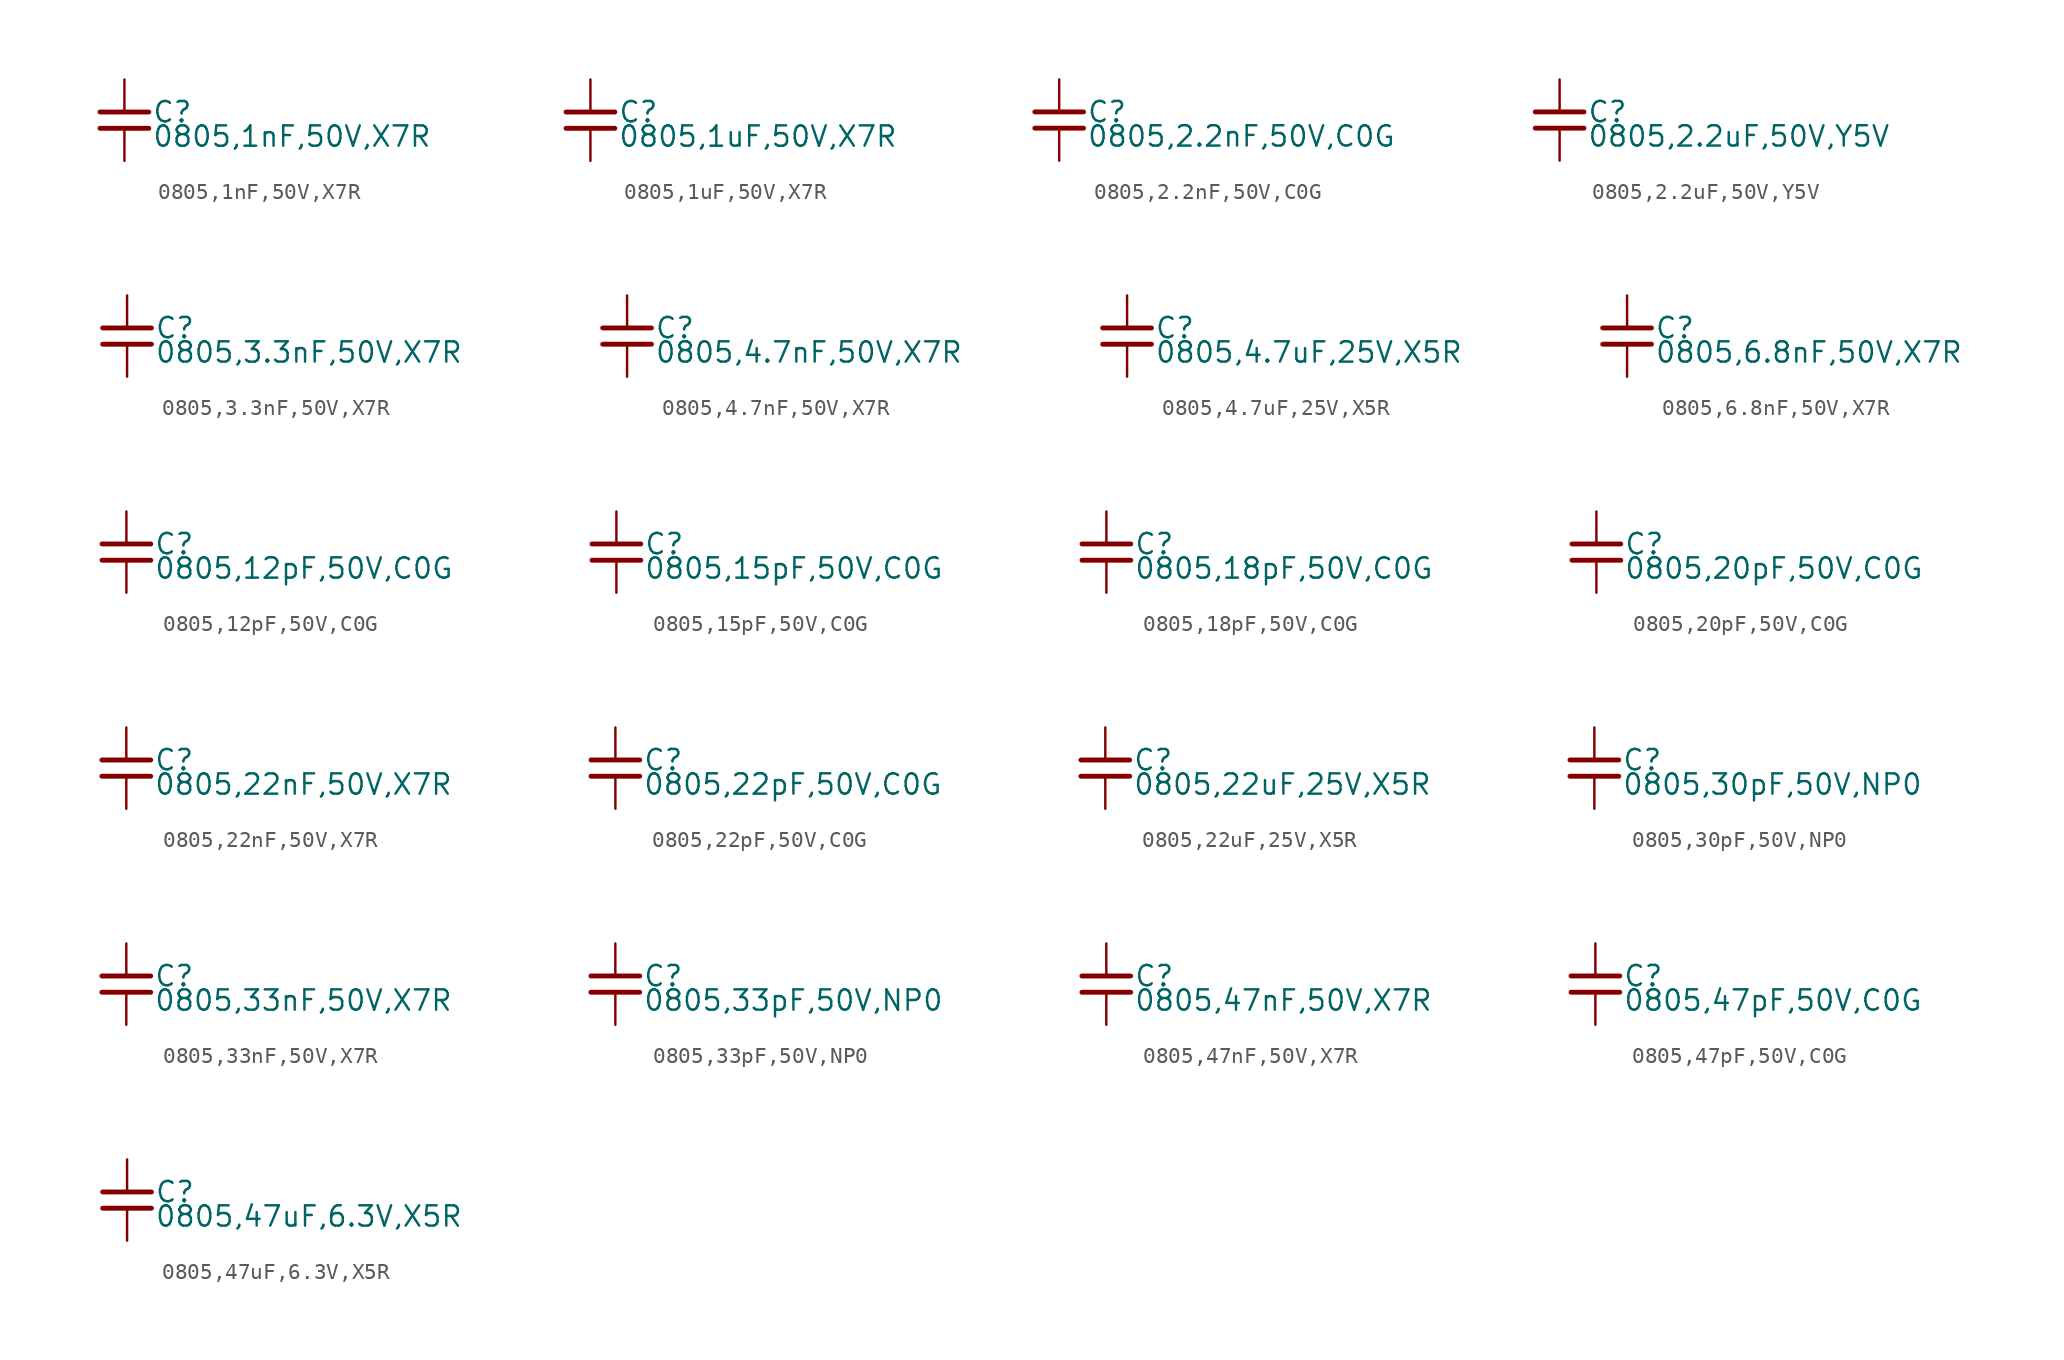
<source format=kicad_sym>
(kicad_symbol_lib
  (version 20231120)
  (generator "kicad_symbol_editor")
  (generator_version "8.0")
  (symbol "0805,1nF,50V,X7R "
    (property "Reference" "C"
      (at 1.71 0.508 0)
      (effects (font (size 1.27 1.27)) (justify left)))
    (property "Value" "0805,1nF,50V,X7R "
      (at 1.71 -1.016 0)
      (effects (font (size 1.27 1.27)) (justify left)))
    (property "ki_locked" ""
      (at 0 0 0)
      (effects (font (size 1.27 1.27))))
    (symbol "0805,1nF,50V,X7R _0_0"
      (polyline (pts (xy -1.524 -0.508) (xy 1.524 -0.508)) (stroke (width 0.305) (type default)) (fill (type none)))
      (polyline (pts (xy -1.524 0.508) (xy 1.524 0.508)) (stroke (width 0.305) (type default)) (fill (type none)))
      (pin passive line (at 0 2.54 270) (length 2.032) (name "~" (effects (font (size 0 0)))) (number "1" (effects (font (size 0 0)))))
      (pin passive line (at 0 -2.54 90) (length 2.032) (name "~" (effects (font (size 0 0)))) (number "2" (effects (font (size 0 0)))))))
  (symbol "0805,1uF,50V,X7R "
    (property "Reference" "C"
      (at 1.71 0.508 0)
      (effects (font (size 1.27 1.27)) (justify left)))
    (property "Value" "0805,1uF,50V,X7R "
      (at 1.71 -1.016 0)
      (effects (font (size 1.27 1.27)) (justify left)))
    (property "ki_locked" ""
      (at 0 0 0)
      (effects (font (size 1.27 1.27))))
    (symbol "0805,1uF,50V,X7R _0_0"
      (polyline (pts (xy -1.524 -0.508) (xy 1.524 -0.508)) (stroke (width 0.305) (type default)) (fill (type none)))
      (polyline (pts (xy -1.524 0.508) (xy 1.524 0.508)) (stroke (width 0.305) (type default)) (fill (type none)))
      (pin passive line (at 0 2.54 270) (length 2.032) (name "~" (effects (font (size 0 0)))) (number "1" (effects (font (size 0 0)))))
      (pin passive line (at 0 -2.54 90) (length 2.032) (name "~" (effects (font (size 0 0)))) (number "2" (effects (font (size 0 0)))))))
  (symbol "0805,2.2nF,50V,C0G "
    (property "Reference" "C"
      (at 1.71 0.508 0)
      (effects (font (size 1.27 1.27)) (justify left)))
    (property "Value" "0805,2.2nF,50V,C0G "
      (at 1.71 -1.016 0)
      (effects (font (size 1.27 1.27)) (justify left)))
    (property "ki_locked" ""
      (at 0 0 0)
      (effects (font (size 1.27 1.27))))
    (symbol "0805,2.2nF,50V,C0G _0_0"
      (polyline (pts (xy -1.524 -0.508) (xy 1.524 -0.508)) (stroke (width 0.305) (type default)) (fill (type none)))
      (polyline (pts (xy -1.524 0.508) (xy 1.524 0.508)) (stroke (width 0.305) (type default)) (fill (type none)))
      (pin passive line (at 0 2.54 270) (length 2.032) (name "~" (effects (font (size 0 0)))) (number "1" (effects (font (size 0 0)))))
      (pin passive line (at 0 -2.54 90) (length 2.032) (name "~" (effects (font (size 0 0)))) (number "2" (effects (font (size 0 0)))))))
  (symbol "0805,2.2uF,50V,Y5V "
    (property "Reference" "C"
      (at 1.71 0.508 0)
      (effects (font (size 1.27 1.27)) (justify left)))
    (property "Value" "0805,2.2uF,50V,Y5V "
      (at 1.71 -1.016 0)
      (effects (font (size 1.27 1.27)) (justify left)))
    (property "ki_locked" ""
      (at 0 0 0)
      (effects (font (size 1.27 1.27))))
    (symbol "0805,2.2uF,50V,Y5V _0_0"
      (polyline (pts (xy -1.524 -0.508) (xy 1.524 -0.508)) (stroke (width 0.305) (type default)) (fill (type none)))
      (polyline (pts (xy -1.524 0.508) (xy 1.524 0.508)) (stroke (width 0.305) (type default)) (fill (type none)))
      (pin passive line (at 0 2.54 270) (length 2.032) (name "~" (effects (font (size 0 0)))) (number "1" (effects (font (size 0 0)))))
      (pin passive line (at 0 -2.54 90) (length 2.032) (name "~" (effects (font (size 0 0)))) (number "2" (effects (font (size 0 0)))))))
  (symbol "0805,3.3nF,50V,X7R "
    (property "Reference" "C"
      (at 1.71 0.508 0)
      (effects (font (size 1.27 1.27)) (justify left)))
    (property "Value" "0805,3.3nF,50V,X7R "
      (at 1.71 -1.016 0)
      (effects (font (size 1.27 1.27)) (justify left)))
    (property "ki_locked" ""
      (at 0 0 0)
      (effects (font (size 1.27 1.27))))
    (symbol "0805,3.3nF,50V,X7R _0_0"
      (polyline (pts (xy -1.524 -0.508) (xy 1.524 -0.508)) (stroke (width 0.305) (type default)) (fill (type none)))
      (polyline (pts (xy -1.524 0.508) (xy 1.524 0.508)) (stroke (width 0.305) (type default)) (fill (type none)))
      (pin passive line (at 0 2.54 270) (length 2.032) (name "~" (effects (font (size 0 0)))) (number "1" (effects (font (size 0 0)))))
      (pin passive line (at 0 -2.54 90) (length 2.032) (name "~" (effects (font (size 0 0)))) (number "2" (effects (font (size 0 0)))))))
  (symbol "0805,4.7nF,50V,X7R "
    (property "Reference" "C"
      (at 1.71 0.508 0)
      (effects (font (size 1.27 1.27)) (justify left)))
    (property "Value" "0805,4.7nF,50V,X7R "
      (at 1.71 -1.016 0)
      (effects (font (size 1.27 1.27)) (justify left)))
    (property "ki_locked" ""
      (at 0 0 0)
      (effects (font (size 1.27 1.27))))
    (symbol "0805,4.7nF,50V,X7R _0_0"
      (polyline (pts (xy -1.524 -0.508) (xy 1.524 -0.508)) (stroke (width 0.305) (type default)) (fill (type none)))
      (polyline (pts (xy -1.524 0.508) (xy 1.524 0.508)) (stroke (width 0.305) (type default)) (fill (type none)))
      (pin passive line (at 0 2.54 270) (length 2.032) (name "~" (effects (font (size 0 0)))) (number "1" (effects (font (size 0 0)))))
      (pin passive line (at 0 -2.54 90) (length 2.032) (name "~" (effects (font (size 0 0)))) (number "2" (effects (font (size 0 0)))))))
  (symbol "0805,4.7uF,25V,X5R "
    (property "Reference" "C"
      (at 1.71 0.508 0)
      (effects (font (size 1.27 1.27)) (justify left)))
    (property "Value" "0805,4.7uF,25V,X5R "
      (at 1.71 -1.016 0)
      (effects (font (size 1.27 1.27)) (justify left)))
    (property "ki_locked" ""
      (at 0 0 0)
      (effects (font (size 1.27 1.27))))
    (symbol "0805,4.7uF,25V,X5R _0_0"
      (polyline (pts (xy -1.524 -0.508) (xy 1.524 -0.508)) (stroke (width 0.305) (type default)) (fill (type none)))
      (polyline (pts (xy -1.524 0.508) (xy 1.524 0.508)) (stroke (width 0.305) (type default)) (fill (type none)))
      (pin passive line (at 0 2.54 270) (length 2.032) (name "~" (effects (font (size 0 0)))) (number "1" (effects (font (size 0 0)))))
      (pin passive line (at 0 -2.54 90) (length 2.032) (name "~" (effects (font (size 0 0)))) (number "2" (effects (font (size 0 0)))))))
  (symbol "0805,6.8nF,50V,X7R "
    (property "Reference" "C"
      (at 1.71 0.508 0)
      (effects (font (size 1.27 1.27)) (justify left)))
    (property "Value" "0805,6.8nF,50V,X7R "
      (at 1.71 -1.016 0)
      (effects (font (size 1.27 1.27)) (justify left)))
    (property "ki_locked" ""
      (at 0 0 0)
      (effects (font (size 1.27 1.27))))
    (symbol "0805,6.8nF,50V,X7R _0_0"
      (polyline (pts (xy -1.524 -0.508) (xy 1.524 -0.508)) (stroke (width 0.305) (type default)) (fill (type none)))
      (polyline (pts (xy -1.524 0.508) (xy 1.524 0.508)) (stroke (width 0.305) (type default)) (fill (type none)))
      (pin passive line (at 0 2.54 270) (length 2.032) (name "~" (effects (font (size 0 0)))) (number "1" (effects (font (size 0 0)))))
      (pin passive line (at 0 -2.54 90) (length 2.032) (name "~" (effects (font (size 0 0)))) (number "2" (effects (font (size 0 0)))))))
  (symbol "0805,12pF,50V,C0G "
    (property "Reference" "C"
      (at 1.71 0.508 0)
      (effects (font (size 1.27 1.27)) (justify left)))
    (property "Value" "0805,12pF,50V,C0G "
      (at 1.71 -1.016 0)
      (effects (font (size 1.27 1.27)) (justify left)))
    (property "ki_locked" ""
      (at 0 0 0)
      (effects (font (size 1.27 1.27))))
    (symbol "0805,12pF,50V,C0G _0_0"
      (polyline (pts (xy -1.524 -0.508) (xy 1.524 -0.508)) (stroke (width 0.305) (type default)) (fill (type none)))
      (polyline (pts (xy -1.524 0.508) (xy 1.524 0.508)) (stroke (width 0.305) (type default)) (fill (type none)))
      (pin passive line (at 0 2.54 270) (length 2.032) (name "~" (effects (font (size 0 0)))) (number "1" (effects (font (size 0 0)))))
      (pin passive line (at 0 -2.54 90) (length 2.032) (name "~" (effects (font (size 0 0)))) (number "2" (effects (font (size 0 0)))))))
  (symbol "0805,15pF,50V,C0G "
    (property "Reference" "C"
      (at 1.71 0.508 0)
      (effects (font (size 1.27 1.27)) (justify left)))
    (property "Value" "0805,15pF,50V,C0G "
      (at 1.71 -1.016 0)
      (effects (font (size 1.27 1.27)) (justify left)))
    (property "ki_locked" ""
      (at 0 0 0)
      (effects (font (size 1.27 1.27))))
    (symbol "0805,15pF,50V,C0G _0_0"
      (polyline (pts (xy -1.524 -0.508) (xy 1.524 -0.508)) (stroke (width 0.305) (type default)) (fill (type none)))
      (polyline (pts (xy -1.524 0.508) (xy 1.524 0.508)) (stroke (width 0.305) (type default)) (fill (type none)))
      (pin passive line (at 0 2.54 270) (length 2.032) (name "~" (effects (font (size 0 0)))) (number "1" (effects (font (size 0 0)))))
      (pin passive line (at 0 -2.54 90) (length 2.032) (name "~" (effects (font (size 0 0)))) (number "2" (effects (font (size 0 0)))))))
  (symbol "0805,18pF,50V,C0G "
    (property "Reference" "C"
      (at 1.71 0.508 0)
      (effects (font (size 1.27 1.27)) (justify left)))
    (property "Value" "0805,18pF,50V,C0G "
      (at 1.71 -1.016 0)
      (effects (font (size 1.27 1.27)) (justify left)))
    (property "ki_locked" ""
      (at 0 0 0)
      (effects (font (size 1.27 1.27))))
    (symbol "0805,18pF,50V,C0G _0_0"
      (polyline (pts (xy -1.524 -0.508) (xy 1.524 -0.508)) (stroke (width 0.305) (type default)) (fill (type none)))
      (polyline (pts (xy -1.524 0.508) (xy 1.524 0.508)) (stroke (width 0.305) (type default)) (fill (type none)))
      (pin passive line (at 0 2.54 270) (length 2.032) (name "~" (effects (font (size 0 0)))) (number "1" (effects (font (size 0 0)))))
      (pin passive line (at 0 -2.54 90) (length 2.032) (name "~" (effects (font (size 0 0)))) (number "2" (effects (font (size 0 0)))))))
  (symbol "0805,20pF,50V,C0G "
    (property "Reference" "C"
      (at 1.71 0.508 0)
      (effects (font (size 1.27 1.27)) (justify left)))
    (property "Value" "0805,20pF,50V,C0G "
      (at 1.71 -1.016 0)
      (effects (font (size 1.27 1.27)) (justify left)))
    (property "ki_locked" ""
      (at 0 0 0)
      (effects (font (size 1.27 1.27))))
    (symbol "0805,20pF,50V,C0G _0_0"
      (polyline (pts (xy -1.524 -0.508) (xy 1.524 -0.508)) (stroke (width 0.305) (type default)) (fill (type none)))
      (polyline (pts (xy -1.524 0.508) (xy 1.524 0.508)) (stroke (width 0.305) (type default)) (fill (type none)))
      (pin passive line (at 0 2.54 270) (length 2.032) (name "~" (effects (font (size 0 0)))) (number "1" (effects (font (size 0 0)))))
      (pin passive line (at 0 -2.54 90) (length 2.032) (name "~" (effects (font (size 0 0)))) (number "2" (effects (font (size 0 0)))))))
  (symbol "0805,22nF,50V,X7R "
    (property "Reference" "C"
      (at 1.71 0.508 0)
      (effects (font (size 1.27 1.27)) (justify left)))
    (property "Value" "0805,22nF,50V,X7R "
      (at 1.71 -1.016 0)
      (effects (font (size 1.27 1.27)) (justify left)))
    (property "ki_locked" ""
      (at 0 0 0)
      (effects (font (size 1.27 1.27))))
    (symbol "0805,22nF,50V,X7R _0_0"
      (polyline (pts (xy -1.524 -0.508) (xy 1.524 -0.508)) (stroke (width 0.305) (type default)) (fill (type none)))
      (polyline (pts (xy -1.524 0.508) (xy 1.524 0.508)) (stroke (width 0.305) (type default)) (fill (type none)))
      (pin passive line (at 0 2.54 270) (length 2.032) (name "~" (effects (font (size 0 0)))) (number "1" (effects (font (size 0 0)))))
      (pin passive line (at 0 -2.54 90) (length 2.032) (name "~" (effects (font (size 0 0)))) (number "2" (effects (font (size 0 0)))))))
  (symbol "0805,22pF,50V,C0G "
    (property "Reference" "C"
      (at 1.71 0.508 0)
      (effects (font (size 1.27 1.27)) (justify left)))
    (property "Value" "0805,22pF,50V,C0G "
      (at 1.71 -1.016 0)
      (effects (font (size 1.27 1.27)) (justify left)))
    (property "ki_locked" ""
      (at 0 0 0)
      (effects (font (size 1.27 1.27))))
    (symbol "0805,22pF,50V,C0G _0_0"
      (polyline (pts (xy -1.524 -0.508) (xy 1.524 -0.508)) (stroke (width 0.305) (type default)) (fill (type none)))
      (polyline (pts (xy -1.524 0.508) (xy 1.524 0.508)) (stroke (width 0.305) (type default)) (fill (type none)))
      (pin passive line (at 0 2.54 270) (length 2.032) (name "~" (effects (font (size 0 0)))) (number "1" (effects (font (size 0 0)))))
      (pin passive line (at 0 -2.54 90) (length 2.032) (name "~" (effects (font (size 0 0)))) (number "2" (effects (font (size 0 0)))))))
  (symbol "0805,22uF,25V,X5R "
    (property "Reference" "C"
      (at 1.71 0.508 0)
      (effects (font (size 1.27 1.27)) (justify left)))
    (property "Value" "0805,22uF,25V,X5R "
      (at 1.71 -1.016 0)
      (effects (font (size 1.27 1.27)) (justify left)))
    (property "ki_locked" ""
      (at 0 0 0)
      (effects (font (size 1.27 1.27))))
    (symbol "0805,22uF,25V,X5R _0_0"
      (polyline (pts (xy -1.524 -0.508) (xy 1.524 -0.508)) (stroke (width 0.305) (type default)) (fill (type none)))
      (polyline (pts (xy -1.524 0.508) (xy 1.524 0.508)) (stroke (width 0.305) (type default)) (fill (type none)))
      (pin passive line (at 0 2.54 270) (length 2.032) (name "~" (effects (font (size 0 0)))) (number "1" (effects (font (size 0 0)))))
      (pin passive line (at 0 -2.54 90) (length 2.032) (name "~" (effects (font (size 0 0)))) (number "2" (effects (font (size 0 0)))))))
  (symbol "0805,30pF,50V,NP0 "
    (property "Reference" "C"
      (at 1.71 0.508 0)
      (effects (font (size 1.27 1.27)) (justify left)))
    (property "Value" "0805,30pF,50V,NP0 "
      (at 1.71 -1.016 0)
      (effects (font (size 1.27 1.27)) (justify left)))
    (property "ki_locked" ""
      (at 0 0 0)
      (effects (font (size 1.27 1.27))))
    (symbol "0805,30pF,50V,NP0 _0_0"
      (polyline (pts (xy -1.524 -0.508) (xy 1.524 -0.508)) (stroke (width 0.305) (type default)) (fill (type none)))
      (polyline (pts (xy -1.524 0.508) (xy 1.524 0.508)) (stroke (width 0.305) (type default)) (fill (type none)))
      (pin passive line (at 0 2.54 270) (length 2.032) (name "~" (effects (font (size 0 0)))) (number "1" (effects (font (size 0 0)))))
      (pin passive line (at 0 -2.54 90) (length 2.032) (name "~" (effects (font (size 0 0)))) (number "2" (effects (font (size 0 0)))))))
  (symbol "0805,33nF,50V,X7R "
    (property "Reference" "C"
      (at 1.71 0.508 0)
      (effects (font (size 1.27 1.27)) (justify left)))
    (property "Value" "0805,33nF,50V,X7R "
      (at 1.71 -1.016 0)
      (effects (font (size 1.27 1.27)) (justify left)))
    (property "ki_locked" ""
      (at 0 0 0)
      (effects (font (size 1.27 1.27))))
    (symbol "0805,33nF,50V,X7R _0_0"
      (polyline (pts (xy -1.524 -0.508) (xy 1.524 -0.508)) (stroke (width 0.305) (type default)) (fill (type none)))
      (polyline (pts (xy -1.524 0.508) (xy 1.524 0.508)) (stroke (width 0.305) (type default)) (fill (type none)))
      (pin passive line (at 0 2.54 270) (length 2.032) (name "~" (effects (font (size 0 0)))) (number "1" (effects (font (size 0 0)))))
      (pin passive line (at 0 -2.54 90) (length 2.032) (name "~" (effects (font (size 0 0)))) (number "2" (effects (font (size 0 0)))))))
  (symbol "0805,33pF,50V,NP0 "
    (property "Reference" "C"
      (at 1.71 0.508 0)
      (effects (font (size 1.27 1.27)) (justify left)))
    (property "Value" "0805,33pF,50V,NP0 "
      (at 1.71 -1.016 0)
      (effects (font (size 1.27 1.27)) (justify left)))
    (property "ki_locked" ""
      (at 0 0 0)
      (effects (font (size 1.27 1.27))))
    (symbol "0805,33pF,50V,NP0 _0_0"
      (polyline (pts (xy -1.524 -0.508) (xy 1.524 -0.508)) (stroke (width 0.305) (type default)) (fill (type none)))
      (polyline (pts (xy -1.524 0.508) (xy 1.524 0.508)) (stroke (width 0.305) (type default)) (fill (type none)))
      (pin passive line (at 0 2.54 270) (length 2.032) (name "~" (effects (font (size 0 0)))) (number "1" (effects (font (size 0 0)))))
      (pin passive line (at 0 -2.54 90) (length 2.032) (name "~" (effects (font (size 0 0)))) (number "2" (effects (font (size 0 0)))))))
  (symbol "0805,47nF,50V,X7R "
    (property "Reference" "C"
      (at 1.71 0.508 0)
      (effects (font (size 1.27 1.27)) (justify left)))
    (property "Value" "0805,47nF,50V,X7R "
      (at 1.71 -1.016 0)
      (effects (font (size 1.27 1.27)) (justify left)))
    (property "ki_locked" ""
      (at 0 0 0)
      (effects (font (size 1.27 1.27))))
    (symbol "0805,47nF,50V,X7R _0_0"
      (polyline (pts (xy -1.524 -0.508) (xy 1.524 -0.508)) (stroke (width 0.305) (type default)) (fill (type none)))
      (polyline (pts (xy -1.524 0.508) (xy 1.524 0.508)) (stroke (width 0.305) (type default)) (fill (type none)))
      (pin passive line (at 0 2.54 270) (length 2.032) (name "~" (effects (font (size 0 0)))) (number "1" (effects (font (size 0 0)))))
      (pin passive line (at 0 -2.54 90) (length 2.032) (name "~" (effects (font (size 0 0)))) (number "2" (effects (font (size 0 0)))))))
  (symbol "0805,47pF,50V,C0G "
    (property "Reference" "C"
      (at 1.71 0.508 0)
      (effects (font (size 1.27 1.27)) (justify left)))
    (property "Value" "0805,47pF,50V,C0G "
      (at 1.71 -1.016 0)
      (effects (font (size 1.27 1.27)) (justify left)))
    (property "ki_locked" ""
      (at 0 0 0)
      (effects (font (size 1.27 1.27))))
    (symbol "0805,47pF,50V,C0G _0_0"
      (polyline (pts (xy -1.524 -0.508) (xy 1.524 -0.508)) (stroke (width 0.305) (type default)) (fill (type none)))
      (polyline (pts (xy -1.524 0.508) (xy 1.524 0.508)) (stroke (width 0.305) (type default)) (fill (type none)))
      (pin passive line (at 0 2.54 270) (length 2.032) (name "~" (effects (font (size 0 0)))) (number "1" (effects (font (size 0 0)))))
      (pin passive line (at 0 -2.54 90) (length 2.032) (name "~" (effects (font (size 0 0)))) (number "2" (effects (font (size 0 0)))))))
  (symbol "0805,47uF,6.3V,X5R "
    (property "Reference" "C"
      (at 1.71 0.508 0)
      (effects (font (size 1.27 1.27)) (justify left)))
    (property "Value" "0805,47uF,6.3V,X5R "
      (at 1.71 -1.016 0)
      (effects (font (size 1.27 1.27)) (justify left)))
    (property "ki_locked" ""
      (at 0 0 0)
      (effects (font (size 1.27 1.27))))
    (symbol "0805,47uF,6.3V,X5R _0_0"
      (polyline (pts (xy -1.524 -0.508) (xy 1.524 -0.508)) (stroke (width 0.305) (type default)) (fill (type none)))
      (polyline (pts (xy -1.524 0.508) (xy 1.524 0.508)) (stroke (width 0.305) (type default)) (fill (type none)))
      (pin passive line (at 0 2.54 270) (length 2.032) (name "~" (effects (font (size 0 0)))) (number "1" (effects (font (size 0 0)))))
      (pin passive line (at 0 -2.54 90) (length 2.032) (name "~" (effects (font (size 0 0)))) (number "2" (effects (font (size 0 0))))))))
</source>
